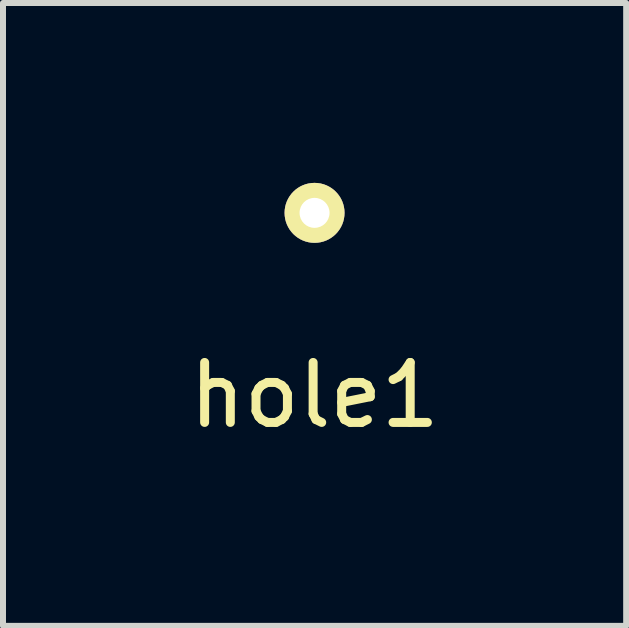
<source format=kicad_pcb>
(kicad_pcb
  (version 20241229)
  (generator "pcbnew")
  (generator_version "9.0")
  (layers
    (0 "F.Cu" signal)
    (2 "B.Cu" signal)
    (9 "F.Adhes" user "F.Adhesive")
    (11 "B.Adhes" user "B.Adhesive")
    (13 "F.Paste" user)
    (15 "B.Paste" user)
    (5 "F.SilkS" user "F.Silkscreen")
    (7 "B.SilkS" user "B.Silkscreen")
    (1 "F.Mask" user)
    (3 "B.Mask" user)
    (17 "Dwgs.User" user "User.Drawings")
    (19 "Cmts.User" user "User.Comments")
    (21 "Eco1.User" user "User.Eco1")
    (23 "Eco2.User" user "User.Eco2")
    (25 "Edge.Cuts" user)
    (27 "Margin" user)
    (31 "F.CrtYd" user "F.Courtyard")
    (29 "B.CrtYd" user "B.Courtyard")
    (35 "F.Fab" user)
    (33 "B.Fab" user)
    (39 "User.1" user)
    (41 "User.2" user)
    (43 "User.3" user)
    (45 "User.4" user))
  (footprint "hole1"
    (layer "F.Cu")
    (at 2.196 3.04)
    (property "Reference" "hole1" (at 0 0.5 0) (layer "F.SilkS") (effects (font (size 1 1) (thickness 0.15))))
    (attr through_hole)
    (pad "1" thru_hole circle (at 0 -2.54) (size 1 1) (drill 0.5) (layers "*.Cu" "*.Mask" "F.SilkS")))
  (gr_rect
    (start -3 -3)
    (end 7.393 7.388)
    (stroke (width 0.1) (type default))
    (fill no)
    (layer "Edge.Cuts")))
</source>
